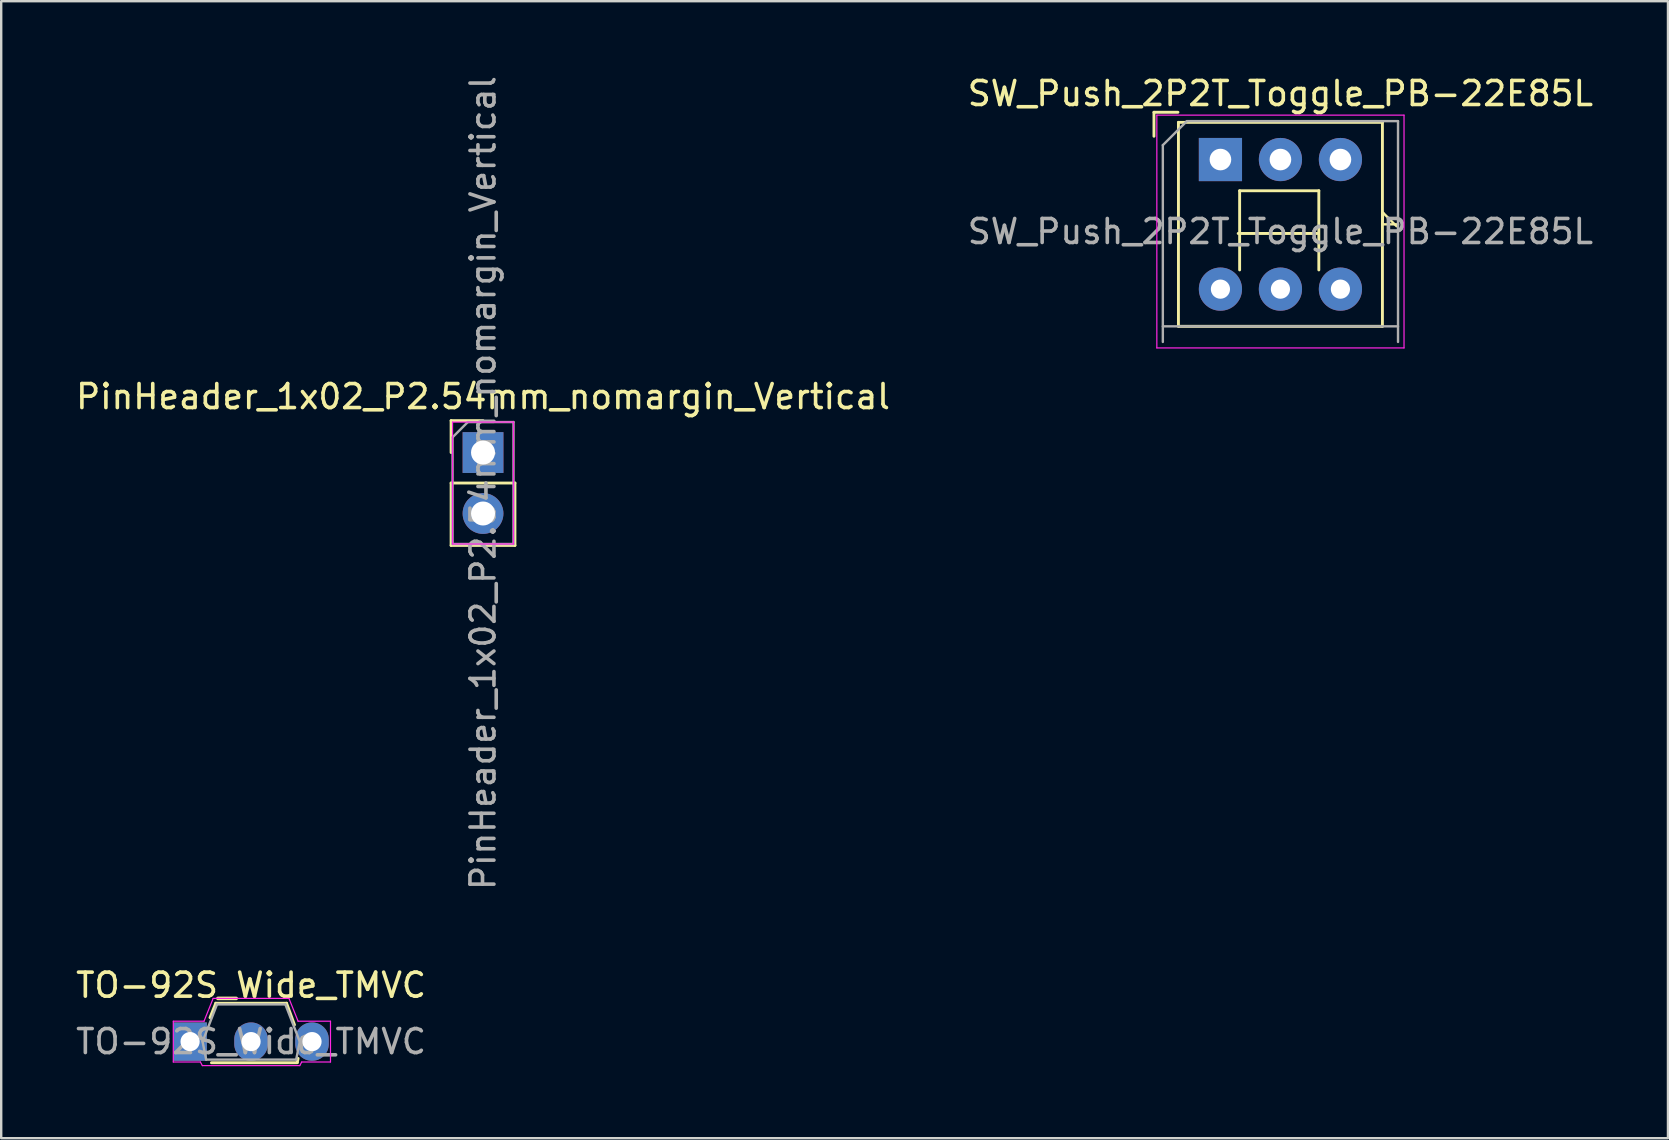
<source format=kicad_pcb>
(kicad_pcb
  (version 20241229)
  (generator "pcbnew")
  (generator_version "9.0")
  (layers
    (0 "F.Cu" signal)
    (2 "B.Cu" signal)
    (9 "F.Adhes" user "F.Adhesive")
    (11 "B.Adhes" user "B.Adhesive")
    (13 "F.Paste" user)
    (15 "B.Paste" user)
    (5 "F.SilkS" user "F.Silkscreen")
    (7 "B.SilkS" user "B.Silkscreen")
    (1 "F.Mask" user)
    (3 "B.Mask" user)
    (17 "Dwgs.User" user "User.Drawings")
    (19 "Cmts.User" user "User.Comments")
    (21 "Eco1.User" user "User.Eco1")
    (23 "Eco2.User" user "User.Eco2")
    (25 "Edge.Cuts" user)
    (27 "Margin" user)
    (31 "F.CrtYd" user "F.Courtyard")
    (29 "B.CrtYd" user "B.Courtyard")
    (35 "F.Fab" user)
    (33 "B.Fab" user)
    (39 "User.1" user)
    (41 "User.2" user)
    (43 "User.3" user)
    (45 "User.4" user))
  (footprint "PinHeader_1x02_P2.54mm_nomargin_Vertical"
    (layer "F.Cu")
    (at 17.077 15.807)
    (property "Reference" "PinHeader_1x02_P2.54mm_nomargin_Vertical" (at 0 -2.33 0) (layer "F.SilkS") (effects (font (size 1 1) (thickness 0.15))))
    (attr through_hole)
    (fp_line (start -1.33 -1.33) (end 0 -1.33) (stroke (width 0.12) (type solid)) (layer "F.SilkS"))
    (fp_line (start -1.33 0) (end -1.33 -1.33) (stroke (width 0.12) (type solid)) (layer "F.SilkS"))
    (fp_line (start -1.33 1.27) (end -1.33 3.87) (stroke (width 0.12) (type solid)) (layer "F.SilkS"))
    (fp_line (start -1.33 1.27) (end 1.33 1.27) (stroke (width 0.12) (type solid)) (layer "F.SilkS"))
    (fp_line (start -1.33 3.87) (end 1.33 3.87) (stroke (width 0.12) (type solid)) (layer "F.SilkS"))
    (fp_line (start 1.33 1.27) (end 1.33 3.87) (stroke (width 0.12) (type solid)) (layer "F.SilkS"))
    (fp_line (start -1.27 -1.27) (end -1.27 3.81) (stroke (width 0.05) (type solid)) (layer "F.CrtYd"))
    (fp_line (start -1.27 3.81) (end 1.27 3.81) (stroke (width 0.05) (type solid)) (layer "F.CrtYd"))
    (fp_line (start 1.27 -1.27) (end -1.27 -1.27) (stroke (width 0.05) (type solid)) (layer "F.CrtYd"))
    (fp_line (start 1.27 3.81) (end 1.27 -1.27) (stroke (width 0.05) (type solid)) (layer "F.CrtYd"))
    (fp_line (start -1.27 -0.635) (end -0.635 -1.27) (stroke (width 0.1) (type solid)) (layer "F.Fab"))
    (fp_line (start -1.27 3.81) (end -1.27 -0.635) (stroke (width 0.1) (type solid)) (layer "F.Fab"))
    (fp_line (start -0.635 -1.27) (end 1.27 -1.27) (stroke (width 0.1) (type solid)) (layer "F.Fab"))
    (fp_line (start 1.27 -1.27) (end 1.27 3.81) (stroke (width 0.1) (type solid)) (layer "F.Fab"))
    (fp_line (start 1.27 3.81) (end -1.27 3.81) (stroke (width 0.1) (type solid)) (layer "F.Fab"))
    (fp_text user "${REFERENCE}" (at 0 1.27 90) (layer "F.Fab") (effects (font (size 1 1) (thickness 0.15))))
    (pad "1" thru_hole rect (at 0 0) (size 1.7 1.7) (drill 1) (layers "*.Cu" "*.Mask"))
    (pad "2" thru_hole oval (at 0 2.54) (size 1.7 1.7) (drill 1) (layers "*.Cu" "*.Mask")))
  (footprint "TO-92S_Wide_TMVC"
    (layer "F.Cu")
    (at 4.871 40.353)
    (property "Reference" "TO-92S_Wide_TMVC" (at 2.54 -2.35 0) (layer "F.SilkS") (effects (font (size 1 1) (thickness 0.15))))
    (attr through_hole)
    (fp_line (start 0.89 0.88) (end 4.47 0.88) (stroke (width 0.12) (type solid)) (layer "F.SilkS"))
    (fp_line (start 1.07 -1.6) (end 0.83 -1) (stroke (width 0.12) (type solid)) (layer "F.SilkS"))
    (fp_line (start 4.02 -1.6) (end 1.07 -1.6) (stroke (width 0.12) (type solid)) (layer "F.SilkS"))
    (fp_line (start 4.35 -0.7) (end 4.02 -1.6) (stroke (width 0.12) (type solid)) (layer "F.SilkS"))
    (fp_line (start 4.47 0.85) (end 4.5 0.7) (stroke (width 0.12) (type solid)) (layer "F.SilkS"))
    (fp_line (start -0.7 -0.85) (end -0.7 0.85) (stroke (width 0.05) (type solid)) (layer "F.CrtYd"))
    (fp_line (start -0.7 0.85) (end 0.43 0.85) (stroke (width 0.05) (type solid)) (layer "F.CrtYd"))
    (fp_line (start 0.51 1) (end 0.43 0.85) (stroke (width 0.05) (type solid)) (layer "F.CrtYd"))
    (fp_line (start 0.51 1) (end 4.57 1) (stroke (width 0.05) (type solid)) (layer "F.CrtYd"))
    (fp_line (start 0.58 -0.85) (end -0.7 -0.85) (stroke (width 0.05) (type solid)) (layer "F.CrtYd"))
    (fp_line (start 0.58 -0.85) (end 0.96 -1.8) (stroke (width 0.05) (type solid)) (layer "F.CrtYd"))
    (fp_line (start 4.12 -1.8) (end 0.96 -1.8) (stroke (width 0.05) (type solid)) (layer "F.CrtYd"))
    (fp_line (start 4.5 -0.85) (end 4.12 -1.8) (stroke (width 0.05) (type solid)) (layer "F.CrtYd"))
    (fp_line (start 4.5 -0.85) (end 5.85 -0.85) (stroke (width 0.05) (type solid)) (layer "F.CrtYd"))
    (fp_line (start 4.57 1) (end 4.65 0.85) (stroke (width 0.05) (type solid)) (layer "F.CrtYd"))
    (fp_line (start 5.85 -0.85) (end 5.85 0.85) (stroke (width 0.05) (type solid)) (layer "F.CrtYd"))
    (fp_line (start 5.85 0.85) (end 4.65 0.85) (stroke (width 0.05) (type solid)) (layer "F.CrtYd"))
    (fp_line (start 0.52 0) (end 1.12 -1.55) (stroke (width 0.1) (type solid)) (layer "F.Fab"))
    (fp_line (start 0.67 0.75) (end 0.52 0) (stroke (width 0.1) (type solid)) (layer "F.Fab"))
    (fp_line (start 0.67 0.75) (end 4.42 0.75) (stroke (width 0.1) (type solid)) (layer "F.Fab"))
    (fp_line (start 1.12 -1.55) (end 3.97 -1.55) (stroke (width 0.1) (type solid)) (layer "F.Fab"))
    (fp_line (start 4.42 0.75) (end 4.57 0) (stroke (width 0.1) (type solid)) (layer "F.Fab"))
    (fp_line (start 4.57 0) (end 3.97 -1.55) (stroke (width 0.1) (type solid)) (layer "F.Fab"))
    (fp_text user "${REFERENCE}" (at 2.54 0 0) (layer "F.Fab") (effects (font (size 1 1) (thickness 0.15))))
    (pad "1" thru_hole rect (at 0 0) (size 1.4 1.6) (drill 0.8) (layers "*.Cu" "*.Mask"))
    (pad "2" thru_hole oval (at 2.54 0) (size 1.4 1.6) (drill 0.8) (layers "*.Cu" "*.Mask"))
    (pad "3" thru_hole oval (at 5.08 0) (size 1.4 1.6) (drill 0.8) (layers "*.Cu" "*.Mask")))
  (footprint "SW_Push_2P2T_Toggle_PB-22E85L"
    (layer "F.Cu")
    (at 47.804 3.598)
    (property "Reference" "SW_Push_2P2T_Toggle_PB-22E85L" (at 2.5 -2.75 0) (layer "F.SilkS") (effects (font (size 1 1) (thickness 0.15))))
    (attr through_hole)
    (fp_line (start -2.77 -0.97) (end -2.77 -1.97) (stroke (width 0.12) (type solid)) (layer "F.SilkS"))
    (fp_line (start -1.77 -1.97) (end -2.77 -1.97) (stroke (width 0.12) (type solid)) (layer "F.SilkS"))
    (fp_line (start -1.75 6.95) (end -1.75 -1.55) (stroke (width 0.12) (type solid)) (layer "F.SilkS"))
    (fp_line (start 0.8 1.3) (end 0.8 4.6) (stroke (width 0.12) (type solid)) (layer "F.SilkS"))
    (fp_line (start 4.04 3.08) (end 0.74 3.08) (stroke (width 0.12) (type solid)) (layer "F.SilkS"))
    (fp_line (start 4.1 1.3) (end 0.8 1.3) (stroke (width 0.12) (type solid)) (layer "F.SilkS"))
    (fp_line (start 4.1 1.3) (end 4.1 4.6) (stroke (width 0.12) (type solid)) (layer "F.SilkS"))
    (fp_line (start 6.75 -1.55) (end -1.75 -1.55) (stroke (width 0.12) (type solid)) (layer "F.SilkS"))
    (fp_line (start 6.75 2.7) (end 6.78 2.22) (stroke (width 0.1) (type default)) (layer "F.SilkS"))
    (fp_line (start 6.75 6.95) (end -1.75 6.95) (stroke (width 0.12) (type solid)) (layer "F.SilkS"))
    (fp_line (start 6.75 6.95) (end 6.75 -1.55) (stroke (width 0.12) (type solid)) (layer "F.SilkS"))
    (fp_line (start 6.78 2.22) (end 7.338 2.778) (stroke (width 0.1) (type default)) (layer "F.SilkS"))
    (fp_line (start 7.4 2.7) (end 6.75 2.7) (stroke (width 0.1) (type default)) (layer "F.SilkS"))
    (fp_line (start -2.65 -1.85) (end 7.65 -1.85) (stroke (width 0.05) (type solid)) (layer "F.CrtYd"))
    (fp_line (start -2.65 7.85) (end -2.65 -1.85) (stroke (width 0.05) (type solid)) (layer "F.CrtYd"))
    (fp_line (start -2.65 7.85) (end 7.65 7.85) (stroke (width 0.05) (type solid)) (layer "F.CrtYd"))
    (fp_line (start 7.65 -1.85) (end 7.65 7.85) (stroke (width 0.05) (type solid)) (layer "F.CrtYd"))
    (fp_line (start -2.4 -0.6) (end -1.4 -1.6) (stroke (width 0.1) (type solid)) (layer "F.Fab"))
    (fp_line (start -2.4 7.6) (end -2.4 -0.6) (stroke (width 0.1) (type solid)) (layer "F.Fab"))
    (fp_line (start -1.4 -1.6) (end 7.4 -1.6) (stroke (width 0.1) (type solid)) (layer "F.Fab"))
    (fp_line (start 7.4 -1.6) (end 7.4 7.6) (stroke (width 0.1) (type solid)) (layer "F.Fab"))
    (fp_line (start 7.4 6.95) (end -2.4 6.95) (stroke (width 0.1) (type solid)) (layer "F.Fab"))
    (fp_text user "${REFERENCE}" (at 2.5 3 0) (layer "F.Fab") (effects (font (size 1 1) (thickness 0.15))))
    (pad "1" thru_hole rect (at 0 0) (size 1.8 1.8) (drill 0.9) (layers "*.Cu" "*.Mask"))
    (pad "2" thru_hole circle (at 2.5 0) (size 1.8 1.8) (drill 0.9) (layers "*.Cu" "*.Mask"))
    (pad "3" thru_hole circle (at 5 0) (size 1.8 1.8) (drill 0.9) (layers "*.Cu" "*.Mask"))
    (pad "4" thru_hole circle (at 0 5.4) (size 1.8 1.8) (drill 0.8) (layers "*.Cu" "*.Mask"))
    (pad "5" thru_hole circle (at 2.5 5.4) (size 1.8 1.8) (drill 0.8) (layers "*.Cu" "*.Mask"))
    (pad "6" thru_hole circle (at 5 5.4) (size 1.8 1.8) (drill 0.8) (layers "*.Cu" "*.Mask")))
  (gr_rect
    (start -3 -3)
    (end 66.452 44.378)
    (stroke (width 0.1) (type default))
    (fill no)
    (layer "Edge.Cuts")))
</source>
